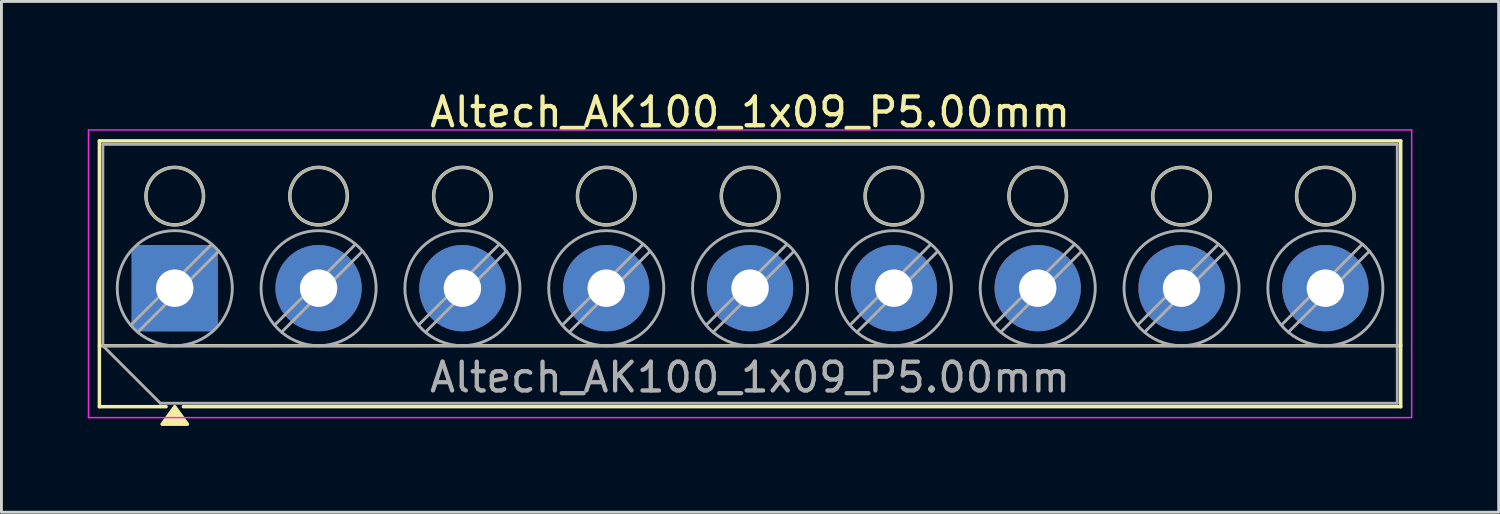
<source format=kicad_pcb>
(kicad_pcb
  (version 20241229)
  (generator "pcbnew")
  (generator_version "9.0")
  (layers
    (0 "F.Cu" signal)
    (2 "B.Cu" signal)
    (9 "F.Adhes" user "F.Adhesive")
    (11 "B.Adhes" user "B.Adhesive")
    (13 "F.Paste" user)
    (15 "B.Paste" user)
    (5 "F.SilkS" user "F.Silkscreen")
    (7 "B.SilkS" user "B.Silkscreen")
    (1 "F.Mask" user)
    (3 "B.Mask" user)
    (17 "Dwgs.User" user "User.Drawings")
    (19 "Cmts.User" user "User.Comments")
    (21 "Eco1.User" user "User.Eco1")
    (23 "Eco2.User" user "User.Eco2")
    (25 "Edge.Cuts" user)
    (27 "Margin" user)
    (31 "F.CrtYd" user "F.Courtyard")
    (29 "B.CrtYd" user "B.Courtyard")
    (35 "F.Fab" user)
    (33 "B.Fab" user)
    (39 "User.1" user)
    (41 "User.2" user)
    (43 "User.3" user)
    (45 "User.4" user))
  (footprint "Altech_AK100_1x09_P5.00mm"
    (layer "F.Cu")
    (at 3.025 6.968)
    (property "Reference" "Altech_AK100_1x09_P5.00mm" (at 20 -6.12 0) (layer "F.SilkS") (effects (font (size 1 1) (thickness 0.15))))
    (attr through_hole)
    (fp_line (start -2.62 -5.12) (end 42.62 -5.12) (stroke (width 0.12) (type solid)) (layer "F.SilkS"))
    (fp_line (start -2.62 2) (end 42.62 2) (stroke (width 0.12) (type solid)) (layer "F.SilkS"))
    (fp_line (start -2.62 4.12) (end -2.62 -5.12) (stroke (width 0.12) (type solid)) (layer "F.SilkS"))
    (fp_line (start -0.3 4.12) (end -2.62 4.12) (stroke (width 0.12) (type solid)) (layer "F.SilkS"))
    (fp_line (start 42.62 -5.12) (end 42.62 4.12) (stroke (width 0.12) (type solid)) (layer "F.SilkS"))
    (fp_line (start 42.62 4.12) (end 0.3 4.12) (stroke (width 0.12) (type solid)) (layer "F.SilkS"))
    (fp_circle (center 0 -3.2) (end 1 -3.2) (stroke (width 0.12) (type solid)) (fill no) (layer "F.SilkS"))
    (fp_circle (center 5 -3.2) (end 6 -3.2) (stroke (width 0.12) (type solid)) (fill no) (layer "F.SilkS"))
    (fp_circle (center 10 -3.2) (end 11 -3.2) (stroke (width 0.12) (type solid)) (fill no) (layer "F.SilkS"))
    (fp_circle (center 15 -3.2) (end 16 -3.2) (stroke (width 0.12) (type solid)) (fill no) (layer "F.SilkS"))
    (fp_circle (center 20 -3.2) (end 21 -3.2) (stroke (width 0.12) (type solid)) (fill no) (layer "F.SilkS"))
    (fp_circle (center 25 -3.2) (end 26 -3.2) (stroke (width 0.12) (type solid)) (fill no) (layer "F.SilkS"))
    (fp_circle (center 30 -3.2) (end 31 -3.2) (stroke (width 0.12) (type solid)) (fill no) (layer "F.SilkS"))
    (fp_circle (center 35 -3.2) (end 36 -3.2) (stroke (width 0.12) (type solid)) (fill no) (layer "F.SilkS"))
    (fp_circle (center 40 -3.2) (end 41 -3.2) (stroke (width 0.12) (type solid)) (fill no) (layer "F.SilkS"))
    (fp_poly (pts (xy 0 4.12) (xy 0.44 4.73) (xy -0.44 4.73)) (stroke (width 0.12) (type solid)) (fill yes) (layer "F.SilkS"))
    (fp_line (start -3 -5.5) (end -3 4.5) (stroke (width 0.05) (type solid)) (layer "F.CrtYd"))
    (fp_line (start -3 4.5) (end 43 4.5) (stroke (width 0.05) (type solid)) (layer "F.CrtYd"))
    (fp_line (start 43 -5.5) (end -3 -5.5) (stroke (width 0.05) (type solid)) (layer "F.CrtYd"))
    (fp_line (start 43 4.5) (end 43 -5.5) (stroke (width 0.05) (type solid)) (layer "F.CrtYd"))
    (fp_line (start -2.5 -5) (end 42.5 -5) (stroke (width 0.1) (type solid)) (layer "F.Fab"))
    (fp_line (start -2.5 2) (end -2.5 -5) (stroke (width 0.1) (type solid)) (layer "F.Fab"))
    (fp_line (start -2.5 2) (end 42.5 2) (stroke (width 0.1) (type solid)) (layer "F.Fab"))
    (fp_line (start -0.5 4) (end -2.5 2) (stroke (width 0.1) (type solid)) (layer "F.Fab"))
    (fp_line (start 1.273 -1.517) (end -1.517 1.273) (stroke (width 0.1) (type solid)) (layer "F.Fab"))
    (fp_line (start 1.517 -1.273) (end -1.273 1.517) (stroke (width 0.1) (type solid)) (layer "F.Fab"))
    (fp_line (start 6.273 -1.517) (end 3.483 1.273) (stroke (width 0.1) (type solid)) (layer "F.Fab"))
    (fp_line (start 6.517 -1.273) (end 3.727 1.517) (stroke (width 0.1) (type solid)) (layer "F.Fab"))
    (fp_line (start 11.273 -1.517) (end 8.483 1.273) (stroke (width 0.1) (type solid)) (layer "F.Fab"))
    (fp_line (start 11.517 -1.273) (end 8.727 1.517) (stroke (width 0.1) (type solid)) (layer "F.Fab"))
    (fp_line (start 16.273 -1.517) (end 13.483 1.273) (stroke (width 0.1) (type solid)) (layer "F.Fab"))
    (fp_line (start 16.517 -1.273) (end 13.727 1.517) (stroke (width 0.1) (type solid)) (layer "F.Fab"))
    (fp_line (start 21.273 -1.517) (end 18.483 1.273) (stroke (width 0.1) (type solid)) (layer "F.Fab"))
    (fp_line (start 21.517 -1.273) (end 18.727 1.517) (stroke (width 0.1) (type solid)) (layer "F.Fab"))
    (fp_line (start 26.273 -1.517) (end 23.483 1.273) (stroke (width 0.1) (type solid)) (layer "F.Fab"))
    (fp_line (start 26.517 -1.273) (end 23.727 1.517) (stroke (width 0.1) (type solid)) (layer "F.Fab"))
    (fp_line (start 31.273 -1.517) (end 28.483 1.273) (stroke (width 0.1) (type solid)) (layer "F.Fab"))
    (fp_line (start 31.517 -1.273) (end 28.727 1.517) (stroke (width 0.1) (type solid)) (layer "F.Fab"))
    (fp_line (start 36.273 -1.517) (end 33.483 1.273) (stroke (width 0.1) (type solid)) (layer "F.Fab"))
    (fp_line (start 36.517 -1.273) (end 33.727 1.517) (stroke (width 0.1) (type solid)) (layer "F.Fab"))
    (fp_line (start 41.273 -1.517) (end 38.483 1.273) (stroke (width 0.1) (type solid)) (layer "F.Fab"))
    (fp_line (start 41.517 -1.273) (end 38.727 1.517) (stroke (width 0.1) (type solid)) (layer "F.Fab"))
    (fp_line (start 42.5 -5) (end 42.5 4) (stroke (width 0.1) (type solid)) (layer "F.Fab"))
    (fp_line (start 42.5 4) (end -0.5 4) (stroke (width 0.1) (type solid)) (layer "F.Fab"))
    (fp_circle (center 0 -3.2) (end 1 -3.2) (stroke (width 0.1) (type solid)) (fill no) (layer "F.Fab"))
    (fp_circle (center 0 0) (end 2 0) (stroke (width 0.1) (type solid)) (fill no) (layer "F.Fab"))
    (fp_circle (center 5 -3.2) (end 6 -3.2) (stroke (width 0.1) (type solid)) (fill no) (layer "F.Fab"))
    (fp_circle (center 5 0) (end 7 0) (stroke (width 0.1) (type solid)) (fill no) (layer "F.Fab"))
    (fp_circle (center 10 -3.2) (end 11 -3.2) (stroke (width 0.1) (type solid)) (fill no) (layer "F.Fab"))
    (fp_circle (center 10 0) (end 12 0) (stroke (width 0.1) (type solid)) (fill no) (layer "F.Fab"))
    (fp_circle (center 15 -3.2) (end 16 -3.2) (stroke (width 0.1) (type solid)) (fill no) (layer "F.Fab"))
    (fp_circle (center 15 0) (end 17 0) (stroke (width 0.1) (type solid)) (fill no) (layer "F.Fab"))
    (fp_circle (center 20 -3.2) (end 21 -3.2) (stroke (width 0.1) (type solid)) (fill no) (layer "F.Fab"))
    (fp_circle (center 20 0) (end 22 0) (stroke (width 0.1) (type solid)) (fill no) (layer "F.Fab"))
    (fp_circle (center 25 -3.2) (end 26 -3.2) (stroke (width 0.1) (type solid)) (fill no) (layer "F.Fab"))
    (fp_circle (center 25 0) (end 27 0) (stroke (width 0.1) (type solid)) (fill no) (layer "F.Fab"))
    (fp_circle (center 30 -3.2) (end 31 -3.2) (stroke (width 0.1) (type solid)) (fill no) (layer "F.Fab"))
    (fp_circle (center 30 0) (end 32 0) (stroke (width 0.1) (type solid)) (fill no) (layer "F.Fab"))
    (fp_circle (center 35 -3.2) (end 36 -3.2) (stroke (width 0.1) (type solid)) (fill no) (layer "F.Fab"))
    (fp_circle (center 35 0) (end 37 0) (stroke (width 0.1) (type solid)) (fill no) (layer "F.Fab"))
    (fp_circle (center 40 -3.2) (end 41 -3.2) (stroke (width 0.1) (type solid)) (fill no) (layer "F.Fab"))
    (fp_circle (center 40 0) (end 42 0) (stroke (width 0.1) (type solid)) (fill no) (layer "F.Fab"))
    (fp_text user "${REFERENCE}" (at 20 3.1 0) (layer "F.Fab") (effects (font (size 1 1) (thickness 0.15))))
    (pad "1" thru_hole roundrect (at 0 0) (size 3 3) (drill 1.3) (layers "*.Cu" "*.Mask") (roundrect_rratio 0.083))
    (pad "2" thru_hole circle (at 5 0) (size 3 3) (drill 1.3) (layers "*.Cu" "*.Mask"))
    (pad "3" thru_hole circle (at 10 0) (size 3 3) (drill 1.3) (layers "*.Cu" "*.Mask"))
    (pad "4" thru_hole circle (at 15 0) (size 3 3) (drill 1.3) (layers "*.Cu" "*.Mask"))
    (pad "5" thru_hole circle (at 20 0) (size 3 3) (drill 1.3) (layers "*.Cu" "*.Mask"))
    (pad "6" thru_hole circle (at 25 0) (size 3 3) (drill 1.3) (layers "*.Cu" "*.Mask"))
    (pad "7" thru_hole circle (at 30 0) (size 3 3) (drill 1.3) (layers "*.Cu" "*.Mask"))
    (pad "8" thru_hole circle (at 35 0) (size 3 3) (drill 1.3) (layers "*.Cu" "*.Mask"))
    (pad "9" thru_hole circle (at 40 0) (size 3 3) (drill 1.3) (layers "*.Cu" "*.Mask")))
  (gr_rect
    (start -3 -3)
    (end 49.05 14.758)
    (stroke (width 0.1) (type default))
    (fill no)
    (layer "Edge.Cuts")))
</source>
